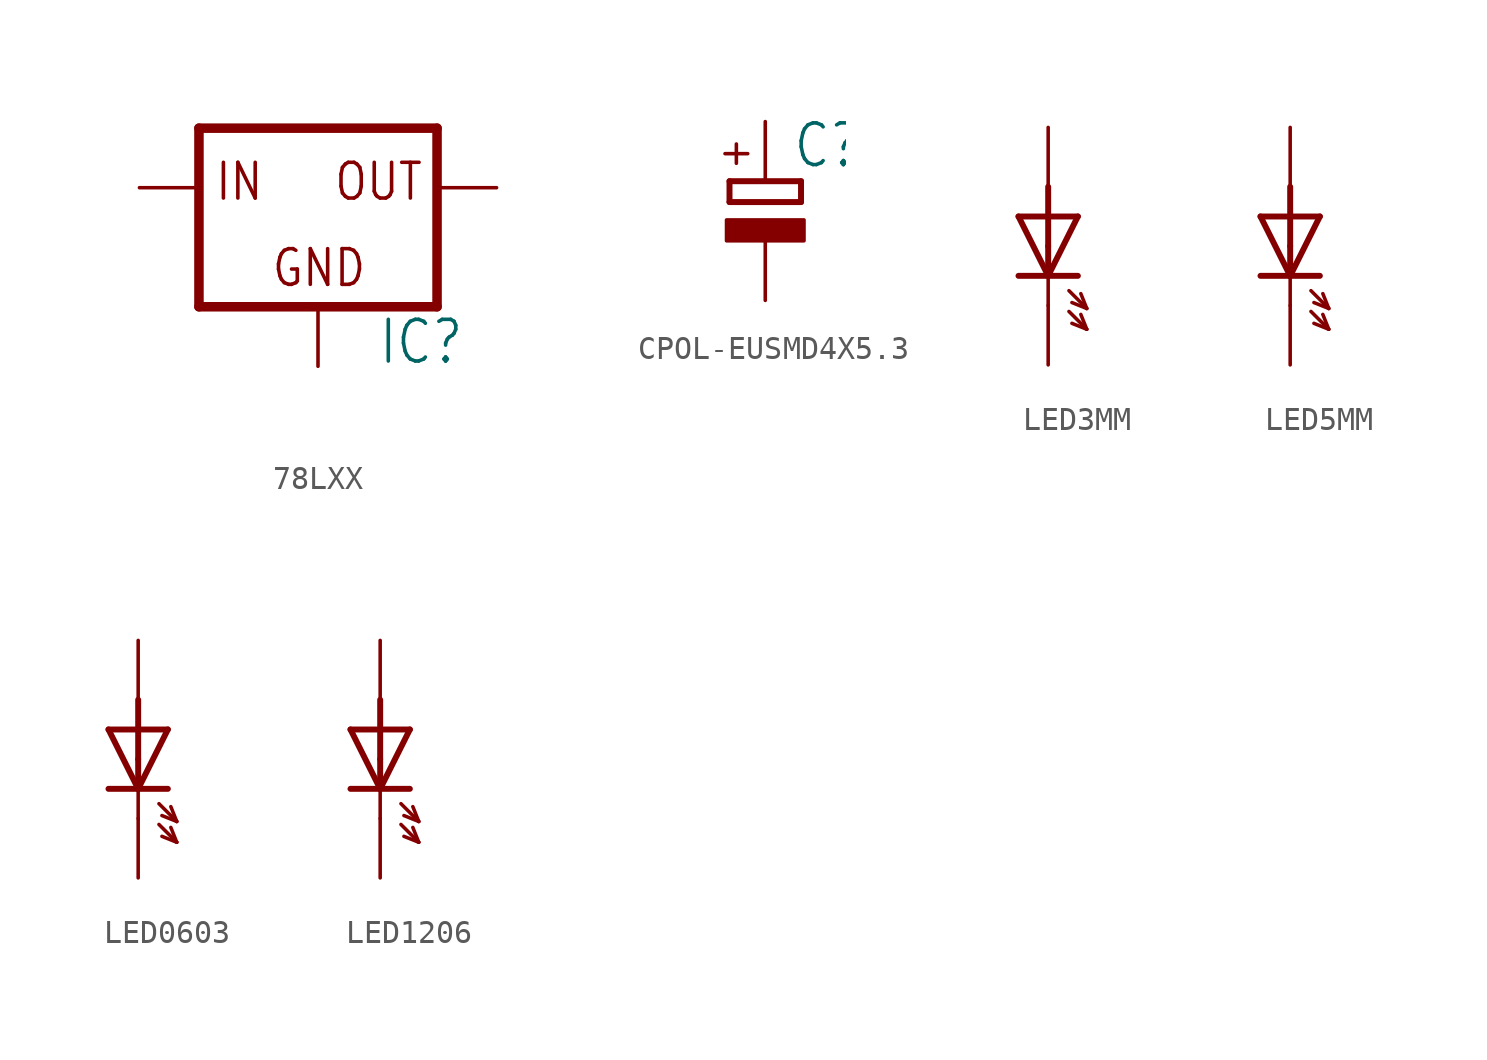
<source format=kicad_sym>
(kicad_symbol_lib
  (version 20220914)
  (generator kicad_symbol_editor)
  (symbol "78LXX"
    (property "Reference" "IC"
      (at 2.54 -7.62 0)
      (effects (font (size 1.778 1.511)) (justify left bottom)))
    (property "Value" ""
      (at 2.54 -10.16 0)
      (effects (font (size 1.778 1.511)) (justify left bottom)))
    (property "ki_locked" ""
      (at 0 0 0)
      (effects (font (size 1.27 1.27))))
    (symbol "78LXX_1_0"
      (polyline (pts (xy -5.08 -5.08) (xy 5.08 -5.08)) (stroke (width 0.406) (type solid)) (fill (type none)))
      (polyline (pts (xy -5.08 2.54) (xy -5.08 -5.08)) (stroke (width 0.406) (type solid)) (fill (type none)))
      (polyline (pts (xy 5.08 -5.08) (xy 5.08 2.54)) (stroke (width 0.406) (type solid)) (fill (type none)))
      (polyline (pts (xy 5.08 2.54) (xy -5.08 2.54)) (stroke (width 0.406) (type solid)) (fill (type none)))
      (text "GND" (at -2.032 -4.318 0) (effects (font (size 1.524 1.295)) (justify left bottom)))
      (text "IN" (at -4.445 -0.635 0) (effects (font (size 1.524 1.295)) (justify left bottom)))
      (text "OUT" (at 0.635 -0.635 0) (effects (font (size 1.524 1.295)) (justify left bottom)))
      (pin input line (at 0 -7.62 90) (length 2.54) (name "GND" (effects (font (size 0 0)))) (number "GND" (effects (font (size 0 0)))))
      (pin input line (at -7.62 0 0) (length 2.54) (name "IN" (effects (font (size 0 0)))) (number "IN" (effects (font (size 0 0)))))
      (pin passive line (at 7.62 0 180) (length 2.54) (name "OUT" (effects (font (size 0 0)))) (number "OUT" (effects (font (size 0 0)))))))
  (symbol "CPOL-EUSMD4X5.3"
    (property "Reference" "C"
      (at 1.143 0.483 0)
      (effects (font (size 1.778 1.511)) (justify left bottom)))
    (property "Value" ""
      (at 1.143 -4.597 0)
      (effects (font (size 1.778 1.511)) (justify left bottom)))
    (property "ki_locked" ""
      (at 0 0 0)
      (effects (font (size 1.27 1.27))))
    (symbol "CPOL-EUSMD4X5.3_1_0"
      (rectangle (start -1.651 -2.54) (end 1.651 -1.651) (stroke (width 0) (type default)) (fill (type outline)))
      (polyline (pts (xy -1.524 -0.889) (xy 1.524 -0.889)) (stroke (width 0.254) (type solid)) (fill (type none)))
      (polyline (pts (xy -1.524 0) (xy -1.524 -0.889)) (stroke (width 0.254) (type solid)) (fill (type none)))
      (polyline (pts (xy -1.524 0) (xy 1.524 0)) (stroke (width 0.254) (type solid)) (fill (type none)))
      (polyline (pts (xy 1.524 -0.889) (xy 1.524 0)) (stroke (width 0.254) (type solid)) (fill (type none)))
      (text "+" (at -0.584 0.406 900) (effects (font (size 1.27 1.079)) (justify left bottom)))
      (pin passive line (at 0 2.54 270) (length 2.54) (name "+" (effects (font (size 0 0)))) (number "+" (effects (font (size 0 0)))))
      (pin passive line (at 0 -5.08 90) (length 2.54) (name "-" (effects (font (size 0 0)))) (number "-" (effects (font (size 0 0)))))))
  (symbol "LED3MM"
    (property "Reference" ""
      (at -2.54 -5.08 90)
      (effects (font (size 1.778 1.511)) (justify left bottom) hide))
    (property "Value" ""
      (at 3.81 -5.08 90)
      (effects (font (size 1.778 1.511)) (justify left bottom)))
    (property "ki_locked" ""
      (at 0 0 0)
      (effects (font (size 1.27 1.27))))
    (symbol "LED3MM_1_0"
      (polyline (pts (xy 0 -1.27) (xy -1.27 -1.27)) (stroke (width 0.254) (type solid)) (fill (type none)))
      (polyline (pts (xy 0 -1.27) (xy -1.27 1.27)) (stroke (width 0.254) (type solid)) (fill (type none)))
      (polyline (pts (xy 0 -1.27) (xy 0 -2.54)) (stroke (width 0.152) (type solid)) (fill (type none)))
      (polyline (pts (xy 0 0) (xy 0 -1.27)) (stroke (width 0.254) (type solid)) (fill (type none)))
      (polyline (pts (xy 0 1.27) (xy -1.27 1.27)) (stroke (width 0.254) (type solid)) (fill (type none)))
      (polyline (pts (xy 0 1.27) (xy 0 0)) (stroke (width 0.254) (type solid)) (fill (type none)))
      (polyline (pts (xy 0 2.54) (xy 0 1.27)) (stroke (width 0.254) (type solid)) (fill (type none)))
      (polyline (pts (xy 0.889 -2.794) (xy 1.651 -3.556)) (stroke (width 0.152) (type solid)) (fill (type none)))
      (polyline (pts (xy 0.889 -1.905) (xy 1.651 -2.667)) (stroke (width 0.152) (type solid)) (fill (type none)))
      (polyline (pts (xy 1.27 -1.27) (xy 0 -1.27)) (stroke (width 0.254) (type solid)) (fill (type none)))
      (polyline (pts (xy 1.27 1.27) (xy 0 -1.27)) (stroke (width 0.254) (type solid)) (fill (type none)))
      (polyline (pts (xy 1.27 1.27) (xy 0 1.27)) (stroke (width 0.254) (type solid)) (fill (type none)))
      (polyline (pts (xy 1.651 -3.556) (xy 1.016 -3.302)) (stroke (width 0.152) (type solid)) (fill (type none)))
      (polyline (pts (xy 1.651 -3.556) (xy 1.397 -2.921)) (stroke (width 0.152) (type solid)) (fill (type none)))
      (polyline (pts (xy 1.651 -2.667) (xy 1.016 -2.413)) (stroke (width 0.152) (type solid)) (fill (type none)))
      (polyline (pts (xy 1.651 -2.667) (xy 1.397 -2.032)) (stroke (width 0.152) (type solid)) (fill (type none)))
      (pin passive line (at 0 5.08 270) (length 2.54) (name "A" (effects (font (size 0 0)))) (number "A" (effects (font (size 0 0)))))
      (pin passive line (at 0 -5.08 90) (length 2.54) (name "K" (effects (font (size 0 0)))) (number "K" (effects (font (size 0 0)))))))
  (symbol "LED5MM"
    (property "Reference" ""
      (at -2.54 -5.08 90)
      (effects (font (size 1.778 1.511)) (justify left bottom) hide))
    (property "Value" ""
      (at 3.81 -5.08 90)
      (effects (font (size 1.778 1.511)) (justify left bottom)))
    (property "ki_locked" ""
      (at 0 0 0)
      (effects (font (size 1.27 1.27))))
    (symbol "LED5MM_1_0"
      (polyline (pts (xy 0 -1.27) (xy -1.27 -1.27)) (stroke (width 0.254) (type solid)) (fill (type none)))
      (polyline (pts (xy 0 -1.27) (xy -1.27 1.27)) (stroke (width 0.254) (type solid)) (fill (type none)))
      (polyline (pts (xy 0 -1.27) (xy 0 -2.54)) (stroke (width 0.152) (type solid)) (fill (type none)))
      (polyline (pts (xy 0 0) (xy 0 -1.27)) (stroke (width 0.254) (type solid)) (fill (type none)))
      (polyline (pts (xy 0 1.27) (xy -1.27 1.27)) (stroke (width 0.254) (type solid)) (fill (type none)))
      (polyline (pts (xy 0 1.27) (xy 0 0)) (stroke (width 0.254) (type solid)) (fill (type none)))
      (polyline (pts (xy 0 2.54) (xy 0 1.27)) (stroke (width 0.254) (type solid)) (fill (type none)))
      (polyline (pts (xy 0.889 -2.794) (xy 1.651 -3.556)) (stroke (width 0.152) (type solid)) (fill (type none)))
      (polyline (pts (xy 0.889 -1.905) (xy 1.651 -2.667)) (stroke (width 0.152) (type solid)) (fill (type none)))
      (polyline (pts (xy 1.27 -1.27) (xy 0 -1.27)) (stroke (width 0.254) (type solid)) (fill (type none)))
      (polyline (pts (xy 1.27 1.27) (xy 0 -1.27)) (stroke (width 0.254) (type solid)) (fill (type none)))
      (polyline (pts (xy 1.27 1.27) (xy 0 1.27)) (stroke (width 0.254) (type solid)) (fill (type none)))
      (polyline (pts (xy 1.651 -3.556) (xy 1.016 -3.302)) (stroke (width 0.152) (type solid)) (fill (type none)))
      (polyline (pts (xy 1.651 -3.556) (xy 1.397 -2.921)) (stroke (width 0.152) (type solid)) (fill (type none)))
      (polyline (pts (xy 1.651 -2.667) (xy 1.016 -2.413)) (stroke (width 0.152) (type solid)) (fill (type none)))
      (polyline (pts (xy 1.651 -2.667) (xy 1.397 -2.032)) (stroke (width 0.152) (type solid)) (fill (type none)))
      (pin passive line (at 0 5.08 270) (length 2.54) (name "A" (effects (font (size 0 0)))) (number "A" (effects (font (size 0 0)))))
      (pin passive line (at 0 -5.08 90) (length 2.54) (name "K" (effects (font (size 0 0)))) (number "K" (effects (font (size 0 0)))))))
  (symbol "LED0603"
    (property "Reference" ""
      (at -2.54 -5.08 90)
      (effects (font (size 1.778 1.511)) (justify left bottom) hide))
    (property "Value" ""
      (at 3.81 -5.08 90)
      (effects (font (size 1.778 1.511)) (justify left bottom)))
    (property "ki_locked" ""
      (at 0 0 0)
      (effects (font (size 1.27 1.27))))
    (symbol "LED0603_1_0"
      (polyline (pts (xy 0 -1.27) (xy -1.27 -1.27)) (stroke (width 0.254) (type solid)) (fill (type none)))
      (polyline (pts (xy 0 -1.27) (xy -1.27 1.27)) (stroke (width 0.254) (type solid)) (fill (type none)))
      (polyline (pts (xy 0 -1.27) (xy 0 -2.54)) (stroke (width 0.152) (type solid)) (fill (type none)))
      (polyline (pts (xy 0 0) (xy 0 -1.27)) (stroke (width 0.254) (type solid)) (fill (type none)))
      (polyline (pts (xy 0 1.27) (xy -1.27 1.27)) (stroke (width 0.254) (type solid)) (fill (type none)))
      (polyline (pts (xy 0 1.27) (xy 0 0)) (stroke (width 0.254) (type solid)) (fill (type none)))
      (polyline (pts (xy 0 2.54) (xy 0 1.27)) (stroke (width 0.254) (type solid)) (fill (type none)))
      (polyline (pts (xy 0.889 -2.794) (xy 1.651 -3.556)) (stroke (width 0.152) (type solid)) (fill (type none)))
      (polyline (pts (xy 0.889 -1.905) (xy 1.651 -2.667)) (stroke (width 0.152) (type solid)) (fill (type none)))
      (polyline (pts (xy 1.27 -1.27) (xy 0 -1.27)) (stroke (width 0.254) (type solid)) (fill (type none)))
      (polyline (pts (xy 1.27 1.27) (xy 0 -1.27)) (stroke (width 0.254) (type solid)) (fill (type none)))
      (polyline (pts (xy 1.27 1.27) (xy 0 1.27)) (stroke (width 0.254) (type solid)) (fill (type none)))
      (polyline (pts (xy 1.651 -3.556) (xy 1.016 -3.302)) (stroke (width 0.152) (type solid)) (fill (type none)))
      (polyline (pts (xy 1.651 -3.556) (xy 1.397 -2.921)) (stroke (width 0.152) (type solid)) (fill (type none)))
      (polyline (pts (xy 1.651 -2.667) (xy 1.016 -2.413)) (stroke (width 0.152) (type solid)) (fill (type none)))
      (polyline (pts (xy 1.651 -2.667) (xy 1.397 -2.032)) (stroke (width 0.152) (type solid)) (fill (type none)))
      (pin passive line (at 0 5.08 270) (length 2.54) (name "A" (effects (font (size 0 0)))) (number "A" (effects (font (size 0 0)))))
      (pin passive line (at 0 -5.08 90) (length 2.54) (name "K" (effects (font (size 0 0)))) (number "C" (effects (font (size 0 0)))))))
  (symbol "LED1206"
    (property "Reference" ""
      (at -2.54 -5.08 90)
      (effects (font (size 1.778 1.511)) (justify left bottom) hide))
    (property "Value" ""
      (at 3.81 -5.08 90)
      (effects (font (size 1.778 1.511)) (justify left bottom)))
    (property "ki_locked" ""
      (at 0 0 0)
      (effects (font (size 1.27 1.27))))
    (symbol "LED1206_1_0"
      (polyline (pts (xy 0 -1.27) (xy -1.27 -1.27)) (stroke (width 0.254) (type solid)) (fill (type none)))
      (polyline (pts (xy 0 -1.27) (xy -1.27 1.27)) (stroke (width 0.254) (type solid)) (fill (type none)))
      (polyline (pts (xy 0 -1.27) (xy 0 -2.54)) (stroke (width 0.152) (type solid)) (fill (type none)))
      (polyline (pts (xy 0 0) (xy 0 -1.27)) (stroke (width 0.254) (type solid)) (fill (type none)))
      (polyline (pts (xy 0 1.27) (xy -1.27 1.27)) (stroke (width 0.254) (type solid)) (fill (type none)))
      (polyline (pts (xy 0 1.27) (xy 0 0)) (stroke (width 0.254) (type solid)) (fill (type none)))
      (polyline (pts (xy 0 2.54) (xy 0 1.27)) (stroke (width 0.254) (type solid)) (fill (type none)))
      (polyline (pts (xy 0.889 -2.794) (xy 1.651 -3.556)) (stroke (width 0.152) (type solid)) (fill (type none)))
      (polyline (pts (xy 0.889 -1.905) (xy 1.651 -2.667)) (stroke (width 0.152) (type solid)) (fill (type none)))
      (polyline (pts (xy 1.27 -1.27) (xy 0 -1.27)) (stroke (width 0.254) (type solid)) (fill (type none)))
      (polyline (pts (xy 1.27 1.27) (xy 0 -1.27)) (stroke (width 0.254) (type solid)) (fill (type none)))
      (polyline (pts (xy 1.27 1.27) (xy 0 1.27)) (stroke (width 0.254) (type solid)) (fill (type none)))
      (polyline (pts (xy 1.651 -3.556) (xy 1.016 -3.302)) (stroke (width 0.152) (type solid)) (fill (type none)))
      (polyline (pts (xy 1.651 -3.556) (xy 1.397 -2.921)) (stroke (width 0.152) (type solid)) (fill (type none)))
      (polyline (pts (xy 1.651 -2.667) (xy 1.016 -2.413)) (stroke (width 0.152) (type solid)) (fill (type none)))
      (polyline (pts (xy 1.651 -2.667) (xy 1.397 -2.032)) (stroke (width 0.152) (type solid)) (fill (type none)))
      (pin passive line (at 0 5.08 270) (length 2.54) (name "A" (effects (font (size 0 0)))) (number "A" (effects (font (size 0 0)))))
      (pin passive line (at 0 -5.08 90) (length 2.54) (name "K" (effects (font (size 0 0)))) (number "C" (effects (font (size 0 0))))))))
</source>
